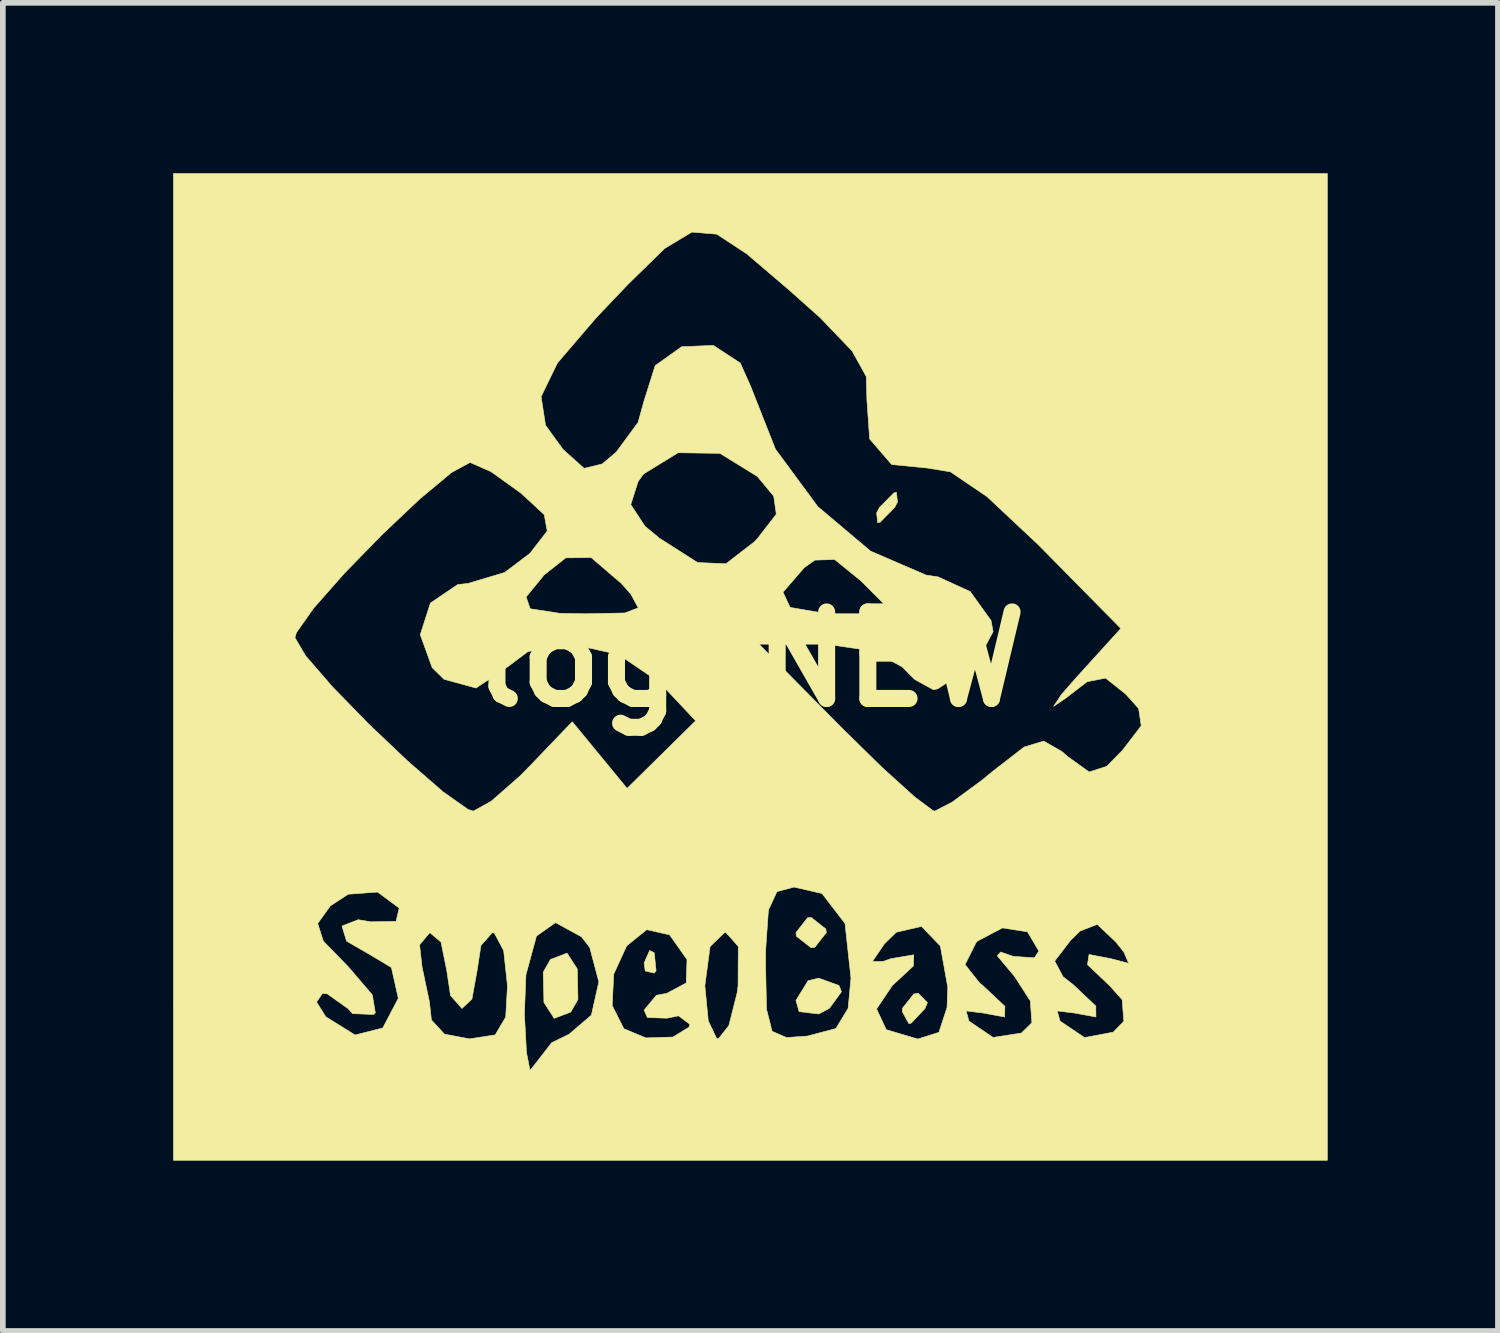
<source format=kicad_pcb>
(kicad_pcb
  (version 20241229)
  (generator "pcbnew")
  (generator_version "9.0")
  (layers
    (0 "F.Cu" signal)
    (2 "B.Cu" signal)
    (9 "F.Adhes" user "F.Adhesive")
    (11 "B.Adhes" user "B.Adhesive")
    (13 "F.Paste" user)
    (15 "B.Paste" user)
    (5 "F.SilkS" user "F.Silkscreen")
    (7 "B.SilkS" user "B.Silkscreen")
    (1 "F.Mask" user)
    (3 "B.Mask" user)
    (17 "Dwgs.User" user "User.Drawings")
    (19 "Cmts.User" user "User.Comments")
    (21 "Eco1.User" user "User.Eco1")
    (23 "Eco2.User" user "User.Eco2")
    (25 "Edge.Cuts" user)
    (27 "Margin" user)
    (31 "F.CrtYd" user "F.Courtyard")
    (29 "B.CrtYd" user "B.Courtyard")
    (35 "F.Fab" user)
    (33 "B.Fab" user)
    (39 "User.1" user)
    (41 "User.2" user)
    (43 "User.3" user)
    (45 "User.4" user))
  (footprint "logoNEW"
    (layer "F.Cu")
    (at 10.165 8.561)
    (property "Reference" "logoNEW" (at 0 0 0) (layer "F.SilkS") (effects (font (size 1.524 1.524) (thickness 0.3))))
    (attr through_hole)
    (fp_poly (pts (xy -1.693 5.169) (xy -1.661 5.486) (xy -1.693 5.526) (xy -1.852 5.489) (xy -1.872 5.347) (xy -1.774 5.127) (xy -1.693 5.169)) (stroke (width 0.01) (type solid)) (fill yes) (layer "F.SilkS"))
    (fp_poly (pts (xy -3.048 5.454) (xy -3.037 5.989) (xy -3.164 6.212) (xy -3.456 6.323) (xy -3.636 6.043) (xy -3.648 5.508) (xy -3.52 5.285) (xy -3.229 5.174) (xy -3.048 5.454)) (stroke (width 0.01) (type solid)) (fill yes) (layer "F.SilkS"))
    (fp_poly (pts (xy 1.329 4.749) (xy 1.337 4.813) (xy 1.133 5.072) (xy 1.069 5.08) (xy 0.81 4.877) (xy 0.802 4.813) (xy 1.006 4.553) (xy 1.069 4.545) (xy 1.329 4.749)) (stroke (width 0.01) (type solid)) (fill yes) (layer "F.SilkS"))
    (fp_poly (pts (xy 1.559 5.744) (xy 1.604 5.854) (xy 1.391 6.146) (xy 1.203 6.246) (xy 0.858 6.205) (xy 0.802 6.007) (xy 1.016 5.66) (xy 1.203 5.615) (xy 1.559 5.744)) (stroke (width 0.01) (type solid)) (fill yes) (layer "F.SilkS"))
    (fp_poly (pts (xy 2.59 -2.768) (xy 2.54 -2.674) (xy 2.288 -2.418) (xy 2.241 -2.406) (xy 2.223 -2.579) (xy 2.273 -2.674) (xy 2.525 -2.929) (xy 2.572 -2.941) (xy 2.59 -2.768)) (stroke (width 0.01) (type solid)) (fill yes) (layer "F.SilkS"))
    (fp_poly (pts (xy 3.117 6.046) (xy 3.075 6.149) (xy 2.834 6.405) (xy 2.792 6.417) (xy 2.677 6.21) (xy 2.674 6.149) (xy 2.879 5.892) (xy 2.957 5.882) (xy 3.117 6.046)) (stroke (width 0.01) (type solid)) (fill yes) (layer "F.SilkS"))
    (fp_poly (pts (xy 10.16 8.823) (xy -10.16 8.823) (xy -10.16 6.036) (xy -7.64 6.036) (xy -7.477 6.295) (xy -6.962 6.616) (xy -6.474 6.492) (xy -6.201 5.971) (xy -6.201 5.969) (xy -6.322 5.427) (xy -6.669 5.219) (xy -6.999 5.028) (xy -5.826 5.028) (xy -5.783 5.414) (xy -5.652 6.036) (xy -5.618 6.35) (xy -5.387 6.601) (xy -4.946 6.684) (xy -4.494 6.614) (xy -4.309 6.3) (xy -4.306 6.245) (xy -3.98 6.245) (xy -3.943 6.925) (xy -3.882 7.238) (xy -3.832 7.18) (xy -3.499 6.751) (xy -3.194 6.603) (xy -2.8 6.266) (xy -2.763 6.098) (xy -2.434 6.098) (xy -2.228 6.506) (xy -1.839 6.667) (xy -1.365 6.652) (xy -1.08 6.478) (xy -1.069 6.425) (xy -1.265 6.278) (xy -1.471 6.32) (xy -1.814 6.308) (xy -1.872 6.178) (xy -1.655 5.916) (xy -1.471 5.882) (xy -1.221 5.748) (xy -0.802 5.748) (xy -0.742 6.367) (xy -0.595 6.676) (xy -0.564 6.684) (xy -0.379 6.449) (xy -0.233 5.871) (xy -0.217 5.748) (xy -0.215 5.365) (xy 0.267 5.365) (xy 0.284 6.161) (xy 0.382 6.55) (xy 0.636 6.661) (xy 1.003 6.635) (xy 1.506 6.502) (xy 1.721 6.146) (xy 1.771 5.615) (xy 1.739 5.322) (xy 2.148 5.322) (xy 2.338 5.32) (xy 2.473 5.272) (xy 2.877 5.204) (xy 2.87 5.401) (xy 2.499 5.745) (xy 2.222 6.158) (xy 2.393 6.522) (xy 2.938 6.684) (xy 2.957 6.684) (xy 3.32 6.569) (xy 3.463 6.132) (xy 3.476 5.777) (xy 3.404 5.376) (xy 3.78 5.376) (xy 4.041 5.705) (xy 4.087 5.74) (xy 4.482 6.111) (xy 4.477 6.299) (xy 4.1 6.229) (xy 3.799 6.192) (xy 3.849 6.371) (xy 4.274 6.659) (xy 4.772 6.582) (xy 4.957 6.4) (xy 4.929 6.014) (xy 4.653 5.586) (xy 4.425 5.314) (xy 5.359 5.314) (xy 5.506 5.59) (xy 5.682 5.727) (xy 6.083 6.106) (xy 6.085 6.298) (xy 5.705 6.229) (xy 5.403 6.192) (xy 5.453 6.371) (xy 5.885 6.661) (xy 6.39 6.566) (xy 6.576 6.376) (xy 6.547 5.994) (xy 6.324 5.745) (xy 5.936 5.377) (xy 5.964 5.198) (xy 6.35 5.272) (xy 6.662 5.354) (xy 6.578 5.157) (xy 6.44 4.983) (xy 6.109 4.668) (xy 5.809 4.784) (xy 5.638 4.949) (xy 5.359 5.314) (xy 4.425 5.314) (xy 4.347 5.22) (xy 4.407 5.155) (xy 4.627 5.231) (xy 5.002 5.257) (xy 5.08 5.137) (xy 4.88 4.799) (xy 4.44 4.73) (xy 3.998 4.962) (xy 3.973 4.991) (xy 3.78 5.376) (xy 3.404 5.376) (xy 3.345 5.049) (xy 3.014 4.704) (xy 2.57 4.806) (xy 2.359 5.012) (xy 2.148 5.322) (xy 1.739 5.322) (xy 1.666 4.651) (xy 1.261 4.124) (xy 0.769 4.011) (xy 0.468 4.091) (xy 0.317 4.416) (xy 0.269 5.115) (xy 0.267 5.365) (xy -0.215 5.365) (xy -0.213 5.056) (xy -0.428 4.814) (xy -0.455 4.813) (xy -0.71 5.059) (xy -0.802 5.745) (xy -0.802 5.748) (xy -1.221 5.748) (xy -1.13 5.7) (xy -1.116 5.287) (xy -1.423 4.852) (xy -1.825 4.761) (xy -2.178 5.045) (xy -2.407 5.544) (xy -2.434 6.098) (xy -2.763 6.098) (xy -2.669 5.679) (xy -2.83 5.073) (xy -2.974 4.887) (xy -3.431 4.637) (xy -3.767 4.873) (xy -3.953 5.556) (xy -3.98 6.245) (xy -4.306 6.245) (xy -4.278 5.748) (xy -4.345 5.13) (xy -4.51 4.821) (xy -4.545 4.813) (xy -4.746 5.041) (xy -4.813 5.481) (xy -4.904 5.984) (xy -5.08 6.149) (xy -5.281 5.921) (xy -5.347 5.481) (xy -5.449 4.979) (xy -5.646 4.813) (xy -5.826 5.028) (xy -6.999 5.028) (xy -7.112 4.962) (xy -7.193 4.697) (xy -6.907 4.586) (xy -6.684 4.623) (xy -6.24 4.614) (xy -6.185 4.381) (xy -6.557 4.105) (xy -6.571 4.099) (xy -7.083 4.137) (xy -7.397 4.342) (xy -7.62 4.652) (xy -7.521 4.963) (xy -7.081 5.415) (xy -6.658 5.909) (xy -6.605 6.226) (xy -6.637 6.254) (xy -7.004 6.24) (xy -7.083 6.154) (xy -7.449 5.893) (xy -7.535 5.882) (xy -7.64 6.036) (xy -10.16 6.036) (xy -10.16 -0.382) (xy -8.021 -0.382) (xy -7.837 -0.066) (xy -7.364 0.48) (xy -6.722 1.14) (xy -6.03 1.797) (xy -5.408 2.337) (xy -4.973 2.643) (xy -4.879 2.674) (xy -4.562 2.497) (xy -4.058 2.055) (xy -3.891 1.886) (xy -3.137 1.099) (xy -2.654 1.686) (xy -2.172 2.273) (xy -1.568 1.678) (xy -0.964 1.083) (xy -1.598 0.408) (xy -2.319 -0.083) (xy -3.157 -0.27) (xy -3.918 -0.136) (xy -4.278 0.134) (xy -4.832 0.506) (xy -5.396 0.351) (xy -5.604 0.147) (xy -5.814 -0.434) (xy -5.635 -0.991) (xy -5.476 -1.099) (xy -3.95 -1.099) (xy -3.878 -0.89) (xy -3.358 -0.81) (xy -2.9 -0.802) (xy -2.212 -0.816) (xy -1.975 -0.906) (xy -2.103 -1.145) (xy -2.136 -1.182) (xy 0.574 -1.182) (xy 0.7 -0.914) (xy 1.333 -0.805) (xy 1.53 -0.802) (xy 2.525 -0.802) (xy 1.946 -1.382) (xy 1.484 -1.758) (xy 1.136 -1.747) (xy 0.95 -1.616) (xy 0.574 -1.182) (xy -2.136 -1.182) (xy -2.273 -1.337) (xy -2.804 -1.792) (xy -3.251 -1.787) (xy -3.629 -1.49) (xy -3.95 -1.099) (xy -5.476 -1.099) (xy -5.156 -1.316) (xy -4.97 -1.337) (xy -4.328 -1.529) (xy -3.882 -1.866) (xy -3.578 -2.259) (xy -3.631 -2.547) (xy -3.822 -2.725) (xy -2.107 -2.725) (xy -1.857 -2.344) (xy -1.604 -2.134) (xy -0.93 -1.704) (xy -0.43 -1.683) (xy 0.07 -2.07) (xy 0.134 -2.139) (xy 0.456 -2.556) (xy 0.411 -2.873) (xy 0.122 -3.221) (xy -0.536 -3.627) (xy -1.273 -3.638) (xy -1.883 -3.263) (xy -1.978 -3.13) (xy -2.107 -2.725) (xy -3.822 -2.725) (xy -4.041 -2.927) (xy -4.57 -3.306) (xy -4.938 -3.467) (xy -5.263 -3.29) (xy -5.819 -2.827) (xy -6.488 -2.195) (xy -7.153 -1.512) (xy -7.694 -0.898) (xy -7.995 -0.47) (xy -8.021 -0.382) (xy -10.16 -0.382) (xy -10.16 -4.626) (xy -3.686 -4.626) (xy -3.608 -4.121) (xy -3.299 -3.695) (xy -2.928 -3.363) (xy -2.611 -3.44) (xy -2.363 -3.649) (xy -1.978 -4.172) (xy -1.872 -4.554) (xy -1.677 -5.172) (xy -1.211 -5.505) (xy -0.652 -5.528) (xy -0.178 -5.217) (xy 0.004 -4.809) (xy 0.441 -3.701) (xy 1.188 -2.688) (xy 2.117 -1.905) (xy 3.095 -1.483) (xy 3.305 -1.452) (xy 3.871 -1.193) (xy 4.238 -0.683) (xy 4.274 -0.487) (xy 4.093 -0.148) (xy 3.692 0.261) (xy 3.298 0.52) (xy 3.222 0.535) (xy 2.891 0.353) (xy 2.674 0.134) (xy 2.165 -0.145) (xy 1.341 -0.266) (xy 1.246 -0.267) (xy 0.152 -0.267) (xy 1.604 1.203) (xy 2.316 1.901) (xy 2.889 2.42) (xy 3.218 2.666) (xy 3.246 2.674) (xy 3.552 2.516) (xy 4.084 2.124) (xy 4.267 1.973) (xy 4.821 1.544) (xy 5.166 1.44) (xy 5.489 1.626) (xy 5.581 1.708) (xy 5.966 1.984) (xy 6.275 1.885) (xy 6.556 1.598) (xy 6.883 1.171) (xy 6.837 0.866) (xy 6.608 0.611) (xy 6.255 0.331) (xy 5.932 0.393) (xy 5.556 0.682) (xy 5.34 0.829) (xy 5.476 0.622) (xy 5.735 0.326) (xy 6.524 -0.543) (xy 5.067 -2.021) (xy 4.167 -2.865) (xy 3.522 -3.302) (xy 3.107 -3.37) (xy 2.488 -3.43) (xy 2.1 -3.881) (xy 2.052 -4.565) (xy 2.04 -4.981) (xy 1.791 -5.43) (xy 1.228 -6.017) (xy 0.677 -6.508) (xy -0.066 -7.142) (xy -0.592 -7.487) (xy -1.03 -7.524) (xy -1.509 -7.236) (xy -2.158 -6.602) (xy -2.715 -6.016) (xy -3.398 -5.219) (xy -3.686 -4.626) (xy -10.16 -4.626) (xy -10.16 -8.556) (xy 10.16 -8.556) (xy 10.16 8.823)) (stroke (width 0.01) (type solid)) (fill yes) (layer "F.SilkS")))
  (gr_rect
    (start -3 -3)
    (end 23.33 20.389)
    (stroke (width 0.1) (type default))
    (fill no)
    (layer "Edge.Cuts")))
</source>
